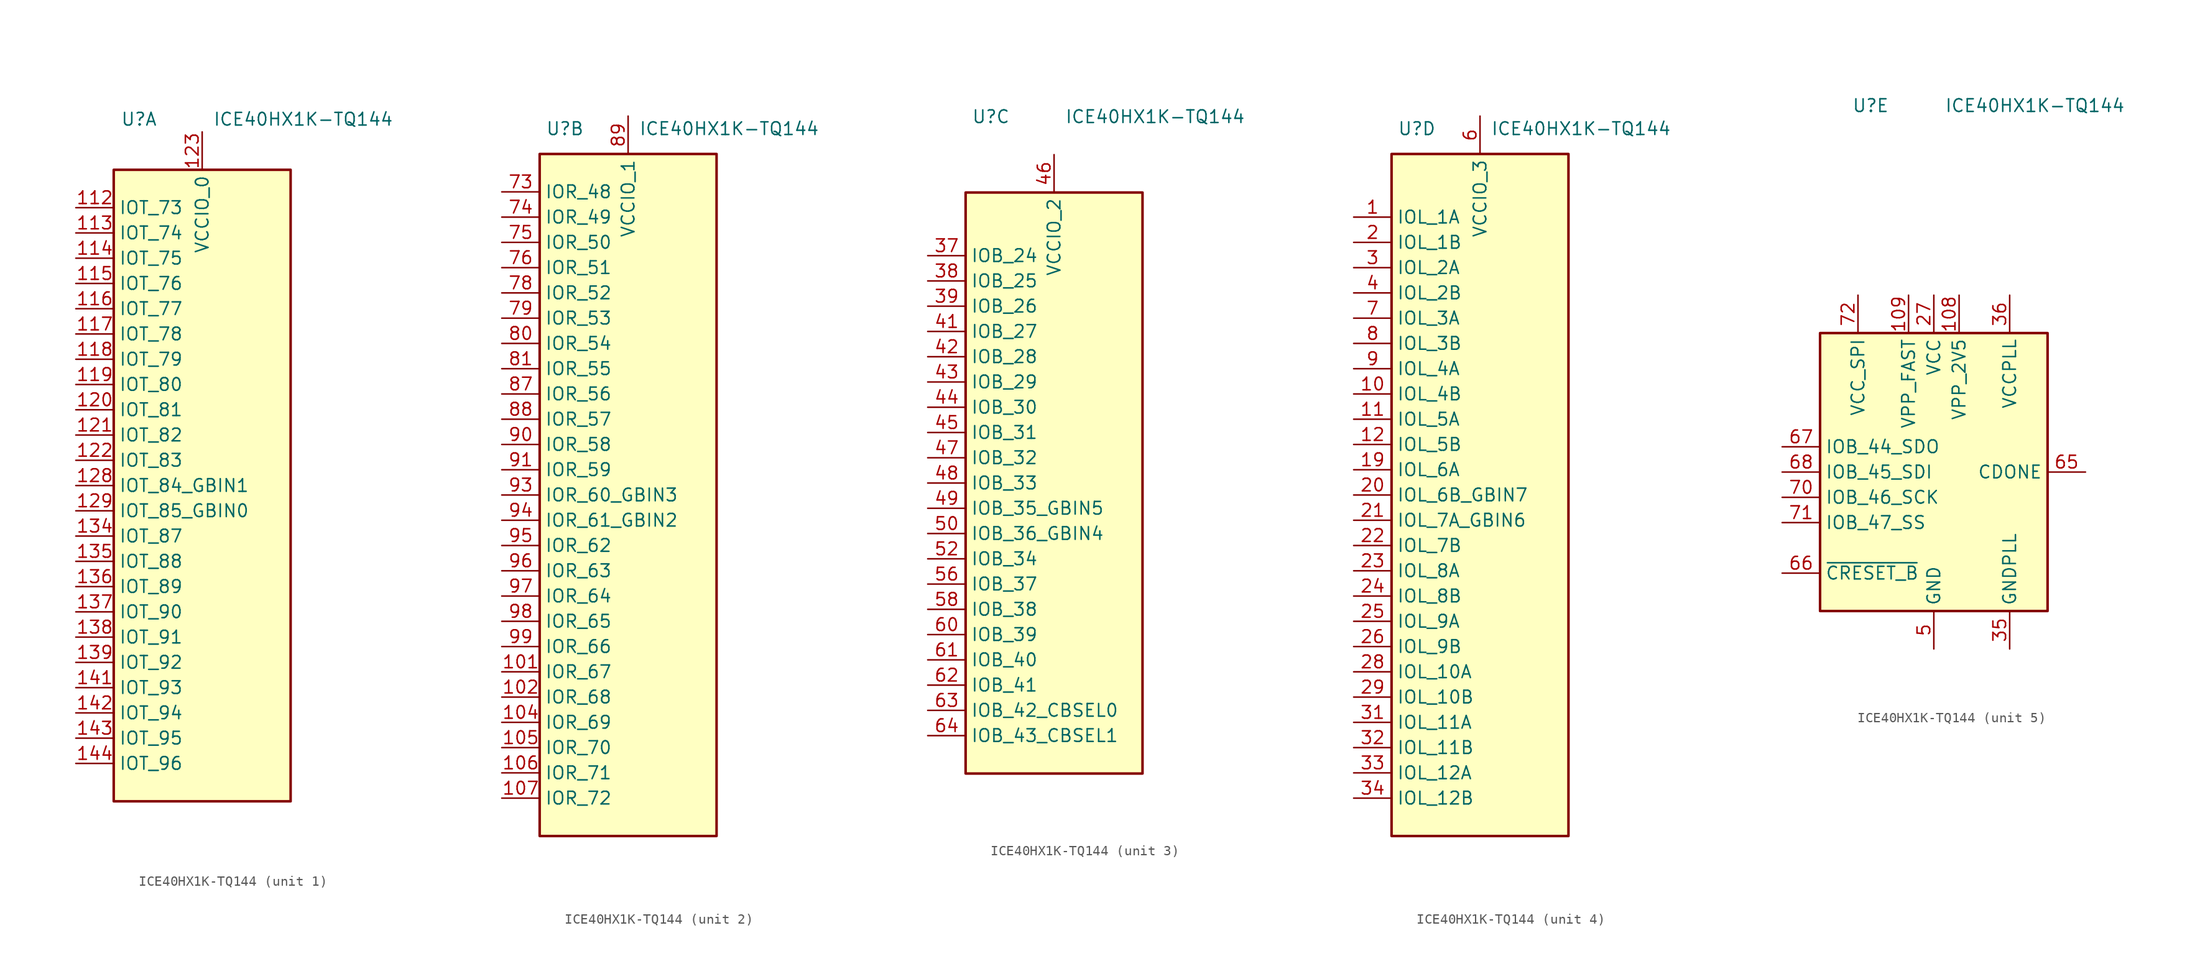
<source format=kicad_sym>
(kicad_symbol_lib
  (version 20200908)
  (generator kicad_symbol_editor)
  (symbol "FPGA_Lattice:ICE40HX1K-TQ144"
    (property "Reference" "U"
      (at -6.35 36.83 0)
      (effects (font (size 1.27 1.27))))
    (property "Value" "ICE40HX1K-TQ144"
      (at 10.16 36.83 0)
      (effects (font (size 1.27 1.27))))
    (property "ki_locked" ""
      (at 0 0 0)
      (effects (font (size 1.27 1.27))))
    (symbol "ICE40HX1K-TQ144_1_1"
      (rectangle (start -8.89 31.75) (end 8.89 -31.75) (stroke (width 0.254)) (fill (type background)))
      (pin bidirectional line (at -12.7 27.94 0) (length 3.81) (name "IOT_73" (effects (font (size 1.27 1.27)))) (number "112" (effects (font (size 1.27 1.27)))))
      (pin bidirectional line (at -12.7 25.4 0) (length 3.81) (name "IOT_74" (effects (font (size 1.27 1.27)))) (number "113" (effects (font (size 1.27 1.27)))))
      (pin bidirectional line (at -12.7 22.86 0) (length 3.81) (name "IOT_75" (effects (font (size 1.27 1.27)))) (number "114" (effects (font (size 1.27 1.27)))))
      (pin bidirectional line (at -12.7 20.32 0) (length 3.81) (name "IOT_76" (effects (font (size 1.27 1.27)))) (number "115" (effects (font (size 1.27 1.27)))))
      (pin bidirectional line (at -12.7 17.78 0) (length 3.81) (name "IOT_77" (effects (font (size 1.27 1.27)))) (number "116" (effects (font (size 1.27 1.27)))))
      (pin bidirectional line (at -12.7 15.24 0) (length 3.81) (name "IOT_78" (effects (font (size 1.27 1.27)))) (number "117" (effects (font (size 1.27 1.27)))))
      (pin bidirectional line (at -12.7 12.7 0) (length 3.81) (name "IOT_79" (effects (font (size 1.27 1.27)))) (number "118" (effects (font (size 1.27 1.27)))))
      (pin bidirectional line (at -12.7 10.16 0) (length 3.81) (name "IOT_80" (effects (font (size 1.27 1.27)))) (number "119" (effects (font (size 1.27 1.27)))))
      (pin bidirectional line (at -12.7 7.62 0) (length 3.81) (name "IOT_81" (effects (font (size 1.27 1.27)))) (number "120" (effects (font (size 1.27 1.27)))))
      (pin bidirectional line (at -12.7 5.08 0) (length 3.81) (name "IOT_82" (effects (font (size 1.27 1.27)))) (number "121" (effects (font (size 1.27 1.27)))))
      (pin bidirectional line (at -12.7 2.54 0) (length 3.81) (name "IOT_83" (effects (font (size 1.27 1.27)))) (number "122" (effects (font (size 1.27 1.27)))))
      (pin power_in line (at 0 35.56 270) (length 3.81) (name "VCCIO_0" (effects (font (size 1.27 1.27)))) (number "123" (effects (font (size 1.27 1.27)))))
      (pin bidirectional line (at -12.7 0 0) (length 3.81) (name "IOT_84_GBIN1" (effects (font (size 1.27 1.27)))) (number "128" (effects (font (size 1.27 1.27)))))
      (pin bidirectional line (at -12.7 -2.54 0) (length 3.81) (name "IOT_85_GBIN0" (effects (font (size 1.27 1.27)))) (number "129" (effects (font (size 1.27 1.27)))))
      (pin passive line (at 0 35.56 270) (length 3.81) hide (name "VCCIO_0" (effects (font (size 1.27 1.27)))) (number "133" (effects (font (size 1.27 1.27)))))
      (pin bidirectional line (at -12.7 -5.08 0) (length 3.81) (name "IOT_87" (effects (font (size 1.27 1.27)))) (number "134" (effects (font (size 1.27 1.27)))))
      (pin bidirectional line (at -12.7 -7.62 0) (length 3.81) (name "IOT_88" (effects (font (size 1.27 1.27)))) (number "135" (effects (font (size 1.27 1.27)))))
      (pin bidirectional line (at -12.7 -10.16 0) (length 3.81) (name "IOT_89" (effects (font (size 1.27 1.27)))) (number "136" (effects (font (size 1.27 1.27)))))
      (pin bidirectional line (at -12.7 -12.7 0) (length 3.81) (name "IOT_90" (effects (font (size 1.27 1.27)))) (number "137" (effects (font (size 1.27 1.27)))))
      (pin bidirectional line (at -12.7 -15.24 0) (length 3.81) (name "IOT_91" (effects (font (size 1.27 1.27)))) (number "138" (effects (font (size 1.27 1.27)))))
      (pin bidirectional line (at -12.7 -17.78 0) (length 3.81) (name "IOT_92" (effects (font (size 1.27 1.27)))) (number "139" (effects (font (size 1.27 1.27)))))
      (pin bidirectional line (at -12.7 -20.32 0) (length 3.81) (name "IOT_93" (effects (font (size 1.27 1.27)))) (number "141" (effects (font (size 1.27 1.27)))))
      (pin bidirectional line (at -12.7 -22.86 0) (length 3.81) (name "IOT_94" (effects (font (size 1.27 1.27)))) (number "142" (effects (font (size 1.27 1.27)))))
      (pin bidirectional line (at -12.7 -25.4 0) (length 3.81) (name "IOT_95" (effects (font (size 1.27 1.27)))) (number "143" (effects (font (size 1.27 1.27)))))
      (pin bidirectional line (at -12.7 -27.94 0) (length 3.81) (name "IOT_96" (effects (font (size 1.27 1.27)))) (number "144" (effects (font (size 1.27 1.27)))))
      (pin unconnected line (at 7.62 10.16 180) (length 3.81) hide (name "NC" (effects (font (size 1.27 1.27)))) (number "15" (effects (font (size 1.27 1.27)))))
      (pin unconnected line (at 7.62 7.62 180) (length 3.81) hide (name "NC" (effects (font (size 1.27 1.27)))) (number "16" (effects (font (size 1.27 1.27)))))
      (pin unconnected line (at 7.62 5.08 180) (length 3.81) hide (name "NC" (effects (font (size 1.27 1.27)))) (number "17" (effects (font (size 1.27 1.27)))))
      (pin unconnected line (at 7.62 -7.62 180) (length 3.81) hide (name "NC" (effects (font (size 1.27 1.27)))) (number "18" (effects (font (size 1.27 1.27)))))
      (pin unconnected line (at 7.62 -10.16 180) (length 3.81) hide (name "NC" (effects (font (size 1.27 1.27)))) (number "77" (effects (font (size 1.27 1.27))))))
    (symbol "ICE40HX1K-TQ144_2_1"
      (rectangle (start -8.89 34.29) (end 8.89 -34.29) (stroke (width 0.254)) (fill (type background)))
      (pin passive line (at 0 38.1 270) (length 3.81) hide (name "VCCIO_1" (effects (font (size 1.27 1.27)))) (number "100" (effects (font (size 1.27 1.27)))))
      (pin bidirectional line (at -12.7 -17.78 0) (length 3.81) (name "IOR_67" (effects (font (size 1.27 1.27)))) (number "101" (effects (font (size 1.27 1.27)))))
      (pin bidirectional line (at -12.7 -20.32 0) (length 3.81) (name "IOR_68" (effects (font (size 1.27 1.27)))) (number "102" (effects (font (size 1.27 1.27)))))
      (pin bidirectional line (at -12.7 -22.86 0) (length 3.81) (name "IOR_69" (effects (font (size 1.27 1.27)))) (number "104" (effects (font (size 1.27 1.27)))))
      (pin bidirectional line (at -12.7 -25.4 0) (length 3.81) (name "IOR_70" (effects (font (size 1.27 1.27)))) (number "105" (effects (font (size 1.27 1.27)))))
      (pin bidirectional line (at -12.7 -27.94 0) (length 3.81) (name "IOR_71" (effects (font (size 1.27 1.27)))) (number "106" (effects (font (size 1.27 1.27)))))
      (pin bidirectional line (at -12.7 -30.48 0) (length 3.81) (name "IOR_72" (effects (font (size 1.27 1.27)))) (number "107" (effects (font (size 1.27 1.27)))))
      (pin unconnected line (at 7.62 10.16 180) (length 3.81) hide (name "NC" (effects (font (size 1.27 1.27)))) (number "40" (effects (font (size 1.27 1.27)))))
      (pin unconnected line (at 7.62 7.62 180) (length 3.81) hide (name "NC" (effects (font (size 1.27 1.27)))) (number "53" (effects (font (size 1.27 1.27)))))
      (pin unconnected line (at 7.62 5.08 180) (length 3.81) hide (name "NC" (effects (font (size 1.27 1.27)))) (number "54" (effects (font (size 1.27 1.27)))))
      (pin unconnected line (at 7.62 -7.62 180) (length 3.81) hide (name "NC" (effects (font (size 1.27 1.27)))) (number "55" (effects (font (size 1.27 1.27)))))
      (pin bidirectional line (at -12.7 30.48 0) (length 3.81) (name "IOR_48" (effects (font (size 1.27 1.27)))) (number "73" (effects (font (size 1.27 1.27)))))
      (pin bidirectional line (at -12.7 27.94 0) (length 3.81) (name "IOR_49" (effects (font (size 1.27 1.27)))) (number "74" (effects (font (size 1.27 1.27)))))
      (pin bidirectional line (at -12.7 25.4 0) (length 3.81) (name "IOR_50" (effects (font (size 1.27 1.27)))) (number "75" (effects (font (size 1.27 1.27)))))
      (pin bidirectional line (at -12.7 22.86 0) (length 3.81) (name "IOR_51" (effects (font (size 1.27 1.27)))) (number "76" (effects (font (size 1.27 1.27)))))
      (pin bidirectional line (at -12.7 20.32 0) (length 3.81) (name "IOR_52" (effects (font (size 1.27 1.27)))) (number "78" (effects (font (size 1.27 1.27)))))
      (pin bidirectional line (at -12.7 17.78 0) (length 3.81) (name "IOR_53" (effects (font (size 1.27 1.27)))) (number "79" (effects (font (size 1.27 1.27)))))
      (pin bidirectional line (at -12.7 15.24 0) (length 3.81) (name "IOR_54" (effects (font (size 1.27 1.27)))) (number "80" (effects (font (size 1.27 1.27)))))
      (pin bidirectional line (at -12.7 12.7 0) (length 3.81) (name "IOR_55" (effects (font (size 1.27 1.27)))) (number "81" (effects (font (size 1.27 1.27)))))
      (pin unconnected line (at 7.62 -10.16 180) (length 3.81) hide (name "NC" (effects (font (size 1.27 1.27)))) (number "82" (effects (font (size 1.27 1.27)))))
      (pin bidirectional line (at -12.7 10.16 0) (length 3.81) (name "IOR_56" (effects (font (size 1.27 1.27)))) (number "87" (effects (font (size 1.27 1.27)))))
      (pin bidirectional line (at -12.7 7.62 0) (length 3.81) (name "IOR_57" (effects (font (size 1.27 1.27)))) (number "88" (effects (font (size 1.27 1.27)))))
      (pin power_in line (at 0 38.1 270) (length 3.81) (name "VCCIO_1" (effects (font (size 1.27 1.27)))) (number "89" (effects (font (size 1.27 1.27)))))
      (pin bidirectional line (at -12.7 5.08 0) (length 3.81) (name "IOR_58" (effects (font (size 1.27 1.27)))) (number "90" (effects (font (size 1.27 1.27)))))
      (pin bidirectional line (at -12.7 2.54 0) (length 3.81) (name "IOR_59" (effects (font (size 1.27 1.27)))) (number "91" (effects (font (size 1.27 1.27)))))
      (pin bidirectional line (at -12.7 0 0) (length 3.81) (name "IOR_60_GBIN3" (effects (font (size 1.27 1.27)))) (number "93" (effects (font (size 1.27 1.27)))))
      (pin bidirectional line (at -12.7 -2.54 0) (length 3.81) (name "IOR_61_GBIN2" (effects (font (size 1.27 1.27)))) (number "94" (effects (font (size 1.27 1.27)))))
      (pin bidirectional line (at -12.7 -5.08 0) (length 3.81) (name "IOR_62" (effects (font (size 1.27 1.27)))) (number "95" (effects (font (size 1.27 1.27)))))
      (pin bidirectional line (at -12.7 -7.62 0) (length 3.81) (name "IOR_63" (effects (font (size 1.27 1.27)))) (number "96" (effects (font (size 1.27 1.27)))))
      (pin bidirectional line (at -12.7 -10.16 0) (length 3.81) (name "IOR_64" (effects (font (size 1.27 1.27)))) (number "97" (effects (font (size 1.27 1.27)))))
      (pin bidirectional line (at -12.7 -12.7 0) (length 3.81) (name "IOR_65" (effects (font (size 1.27 1.27)))) (number "98" (effects (font (size 1.27 1.27)))))
      (pin bidirectional line (at -12.7 -15.24 0) (length 3.81) (name "IOR_66" (effects (font (size 1.27 1.27)))) (number "99" (effects (font (size 1.27 1.27))))))
    (symbol "ICE40HX1K-TQ144_3_1"
      (rectangle (start -8.89 29.21) (end 8.89 -29.21) (stroke (width 0.254)) (fill (type background)))
      (pin unconnected line (at 7.62 -10.16 180) (length 3.81) hide (name "NC" (effects (font (size 1.27 1.27)))) (number "110" (effects (font (size 1.27 1.27)))))
      (pin unconnected line (at 7.62 -17.78 180) (length 3.81) hide (name "NC" (effects (font (size 1.27 1.27)))) (number "124" (effects (font (size 1.27 1.27)))))
      (pin bidirectional line (at -12.7 22.86 0) (length 3.81) (name "IOB_24" (effects (font (size 1.27 1.27)))) (number "37" (effects (font (size 1.27 1.27)))))
      (pin bidirectional line (at -12.7 20.32 0) (length 3.81) (name "IOB_25" (effects (font (size 1.27 1.27)))) (number "38" (effects (font (size 1.27 1.27)))))
      (pin bidirectional line (at -12.7 17.78 0) (length 3.81) (name "IOB_26" (effects (font (size 1.27 1.27)))) (number "39" (effects (font (size 1.27 1.27)))))
      (pin bidirectional line (at -12.7 15.24 0) (length 3.81) (name "IOB_27" (effects (font (size 1.27 1.27)))) (number "41" (effects (font (size 1.27 1.27)))))
      (pin bidirectional line (at -12.7 12.7 0) (length 3.81) (name "IOB_28" (effects (font (size 1.27 1.27)))) (number "42" (effects (font (size 1.27 1.27)))))
      (pin bidirectional line (at -12.7 10.16 0) (length 3.81) (name "IOB_29" (effects (font (size 1.27 1.27)))) (number "43" (effects (font (size 1.27 1.27)))))
      (pin bidirectional line (at -12.7 7.62 0) (length 3.81) (name "IOB_30" (effects (font (size 1.27 1.27)))) (number "44" (effects (font (size 1.27 1.27)))))
      (pin bidirectional line (at -12.7 5.08 0) (length 3.81) (name "IOB_31" (effects (font (size 1.27 1.27)))) (number "45" (effects (font (size 1.27 1.27)))))
      (pin power_in line (at 0 33.02 270) (length 3.81) (name "VCCIO_2" (effects (font (size 1.27 1.27)))) (number "46" (effects (font (size 1.27 1.27)))))
      (pin bidirectional line (at -12.7 2.54 0) (length 3.81) (name "IOB_32" (effects (font (size 1.27 1.27)))) (number "47" (effects (font (size 1.27 1.27)))))
      (pin bidirectional line (at -12.7 0 0) (length 3.81) (name "IOB_33" (effects (font (size 1.27 1.27)))) (number "48" (effects (font (size 1.27 1.27)))))
      (pin bidirectional line (at -12.7 -2.54 0) (length 3.81) (name "IOB_35_GBIN5" (effects (font (size 1.27 1.27)))) (number "49" (effects (font (size 1.27 1.27)))))
      (pin bidirectional line (at -12.7 -5.08 0) (length 3.81) (name "IOB_36_GBIN4" (effects (font (size 1.27 1.27)))) (number "50" (effects (font (size 1.27 1.27)))))
      (pin bidirectional line (at -12.7 -7.62 0) (length 3.81) (name "IOB_34" (effects (font (size 1.27 1.27)))) (number "52" (effects (font (size 1.27 1.27)))))
      (pin bidirectional line (at -12.7 -10.16 0) (length 3.81) (name "IOB_37" (effects (font (size 1.27 1.27)))) (number "56" (effects (font (size 1.27 1.27)))))
      (pin passive line (at 0 33.02 270) (length 3.81) hide (name "VCCIO_2" (effects (font (size 1.27 1.27)))) (number "57" (effects (font (size 1.27 1.27)))))
      (pin bidirectional line (at -12.7 -12.7 0) (length 3.81) (name "IOB_38" (effects (font (size 1.27 1.27)))) (number "58" (effects (font (size 1.27 1.27)))))
      (pin bidirectional line (at -12.7 -15.24 0) (length 3.81) (name "IOB_39" (effects (font (size 1.27 1.27)))) (number "60" (effects (font (size 1.27 1.27)))))
      (pin bidirectional line (at -12.7 -17.78 0) (length 3.81) (name "IOB_40" (effects (font (size 1.27 1.27)))) (number "61" (effects (font (size 1.27 1.27)))))
      (pin bidirectional line (at -12.7 -20.32 0) (length 3.81) (name "IOB_41" (effects (font (size 1.27 1.27)))) (number "62" (effects (font (size 1.27 1.27)))))
      (pin bidirectional line (at -12.7 -22.86 0) (length 3.81) (name "IOB_42_CBSEL0" (effects (font (size 1.27 1.27)))) (number "63" (effects (font (size 1.27 1.27)))))
      (pin bidirectional line (at -12.7 -25.4 0) (length 3.81) (name "IOB_43_CBSEL1" (effects (font (size 1.27 1.27)))) (number "64" (effects (font (size 1.27 1.27)))))
      (pin unconnected line (at 7.62 10.16 180) (length 3.81) hide (name "NC" (effects (font (size 1.27 1.27)))) (number "83" (effects (font (size 1.27 1.27)))))
      (pin unconnected line (at 7.62 7.62 180) (length 3.81) hide (name "NC" (effects (font (size 1.27 1.27)))) (number "84" (effects (font (size 1.27 1.27)))))
      (pin unconnected line (at 7.62 -12.7 180) (length 3.81) hide (name "NC" (effects (font (size 1.27 1.27)))) (number "85" (effects (font (size 1.27 1.27))))))
    (symbol "ICE40HX1K-TQ144_4_1"
      (rectangle (start -8.89 34.29) (end 8.89 -34.29) (stroke (width 0.254)) (fill (type background)))
      (pin bidirectional line (at -12.7 27.94 0) (length 3.81) (name "IOL_1A" (effects (font (size 1.27 1.27)))) (number "1" (effects (font (size 1.27 1.27)))))
      (pin bidirectional line (at -12.7 10.16 0) (length 3.81) (name "IOL_4B" (effects (font (size 1.27 1.27)))) (number "10" (effects (font (size 1.27 1.27)))))
      (pin bidirectional line (at -12.7 7.62 0) (length 3.81) (name "IOL_5A" (effects (font (size 1.27 1.27)))) (number "11" (effects (font (size 1.27 1.27)))))
      (pin bidirectional line (at -12.7 5.08 0) (length 3.81) (name "IOL_5B" (effects (font (size 1.27 1.27)))) (number "12" (effects (font (size 1.27 1.27)))))
      (pin unconnected line (at 7.62 10.16 180) (length 3.81) hide (name "NC" (effects (font (size 1.27 1.27)))) (number "125" (effects (font (size 1.27 1.27)))))
      (pin unconnected line (at 7.62 7.62 180) (length 3.81) hide (name "NC" (effects (font (size 1.27 1.27)))) (number "126" (effects (font (size 1.27 1.27)))))
      (pin unconnected line (at 7.62 5.08 180) (length 3.81) hide (name "NC" (effects (font (size 1.27 1.27)))) (number "127" (effects (font (size 1.27 1.27)))))
      (pin unconnected line (at 7.62 -7.62 180) (length 3.81) hide (name "NC" (effects (font (size 1.27 1.27)))) (number "130" (effects (font (size 1.27 1.27)))))
      (pin unconnected line (at 7.62 -10.16 180) (length 3.81) hide (name "NC" (effects (font (size 1.27 1.27)))) (number "131" (effects (font (size 1.27 1.27)))))
      (pin bidirectional line (at -12.7 2.54 0) (length 3.81) (name "IOL_6A" (effects (font (size 1.27 1.27)))) (number "19" (effects (font (size 1.27 1.27)))))
      (pin bidirectional line (at -12.7 25.4 0) (length 3.81) (name "IOL_1B" (effects (font (size 1.27 1.27)))) (number "2" (effects (font (size 1.27 1.27)))))
      (pin bidirectional line (at -12.7 0 0) (length 3.81) (name "IOL_6B_GBIN7" (effects (font (size 1.27 1.27)))) (number "20" (effects (font (size 1.27 1.27)))))
      (pin bidirectional line (at -12.7 -2.54 0) (length 3.81) (name "IOL_7A_GBIN6" (effects (font (size 1.27 1.27)))) (number "21" (effects (font (size 1.27 1.27)))))
      (pin bidirectional line (at -12.7 -5.08 0) (length 3.81) (name "IOL_7B" (effects (font (size 1.27 1.27)))) (number "22" (effects (font (size 1.27 1.27)))))
      (pin bidirectional line (at -12.7 -7.62 0) (length 3.81) (name "IOL_8A" (effects (font (size 1.27 1.27)))) (number "23" (effects (font (size 1.27 1.27)))))
      (pin bidirectional line (at -12.7 -10.16 0) (length 3.81) (name "IOL_8B" (effects (font (size 1.27 1.27)))) (number "24" (effects (font (size 1.27 1.27)))))
      (pin bidirectional line (at -12.7 -12.7 0) (length 3.81) (name "IOL_9A" (effects (font (size 1.27 1.27)))) (number "25" (effects (font (size 1.27 1.27)))))
      (pin bidirectional line (at -12.7 -15.24 0) (length 3.81) (name "IOL_9B" (effects (font (size 1.27 1.27)))) (number "26" (effects (font (size 1.27 1.27)))))
      (pin bidirectional line (at -12.7 -17.78 0) (length 3.81) (name "IOL_10A" (effects (font (size 1.27 1.27)))) (number "28" (effects (font (size 1.27 1.27)))))
      (pin bidirectional line (at -12.7 -20.32 0) (length 3.81) (name "IOL_10B" (effects (font (size 1.27 1.27)))) (number "29" (effects (font (size 1.27 1.27)))))
      (pin bidirectional line (at -12.7 22.86 0) (length 3.81) (name "IOL_2A" (effects (font (size 1.27 1.27)))) (number "3" (effects (font (size 1.27 1.27)))))
      (pin passive line (at 0 38.1 270) (length 3.81) hide (name "VCCIO_3" (effects (font (size 1.27 1.27)))) (number "30" (effects (font (size 1.27 1.27)))))
      (pin bidirectional line (at -12.7 -22.86 0) (length 3.81) (name "IOL_11A" (effects (font (size 1.27 1.27)))) (number "31" (effects (font (size 1.27 1.27)))))
      (pin bidirectional line (at -12.7 -25.4 0) (length 3.81) (name "IOL_11B" (effects (font (size 1.27 1.27)))) (number "32" (effects (font (size 1.27 1.27)))))
      (pin bidirectional line (at -12.7 -27.94 0) (length 3.81) (name "IOL_12A" (effects (font (size 1.27 1.27)))) (number "33" (effects (font (size 1.27 1.27)))))
      (pin bidirectional line (at -12.7 -30.48 0) (length 3.81) (name "IOL_12B" (effects (font (size 1.27 1.27)))) (number "34" (effects (font (size 1.27 1.27)))))
      (pin bidirectional line (at -12.7 20.32 0) (length 3.81) (name "IOL_2B" (effects (font (size 1.27 1.27)))) (number "4" (effects (font (size 1.27 1.27)))))
      (pin power_in line (at 0 38.1 270) (length 3.81) (name "VCCIO_3" (effects (font (size 1.27 1.27)))) (number "6" (effects (font (size 1.27 1.27)))))
      (pin bidirectional line (at -12.7 17.78 0) (length 3.81) (name "IOL_3A" (effects (font (size 1.27 1.27)))) (number "7" (effects (font (size 1.27 1.27)))))
      (pin bidirectional line (at -12.7 15.24 0) (length 3.81) (name "IOL_3B" (effects (font (size 1.27 1.27)))) (number "8" (effects (font (size 1.27 1.27)))))
      (pin bidirectional line (at -12.7 12.7 0) (length 3.81) (name "IOL_4A" (effects (font (size 1.27 1.27)))) (number "9" (effects (font (size 1.27 1.27))))))
    (symbol "ICE40HX1K-TQ144_5_1"
      (rectangle (start -11.43 13.97) (end 11.43 -13.97) (stroke (width 0.254)) (fill (type background)))
      (pin passive line (at 0 -17.78 90) (length 3.81) hide (name "GND" (effects (font (size 1.27 1.27)))) (number "103" (effects (font (size 1.27 1.27)))))
      (pin power_in line (at 2.54 17.78 270) (length 3.81) (name "VPP_2V5" (effects (font (size 1.27 1.27)))) (number "108" (effects (font (size 1.27 1.27)))))
      (pin power_in line (at -2.54 17.78 270) (length 3.81) (name "VPP_FAST" (effects (font (size 1.27 1.27)))) (number "109" (effects (font (size 1.27 1.27)))))
      (pin passive line (at 0 17.78 270) (length 3.81) hide (name "VCC" (effects (font (size 1.27 1.27)))) (number "111" (effects (font (size 1.27 1.27)))))
      (pin passive line (at 0 -17.78 90) (length 3.81) hide (name "GND" (effects (font (size 1.27 1.27)))) (number "13" (effects (font (size 1.27 1.27)))))
      (pin passive line (at 0 -17.78 90) (length 3.81) hide (name "GND" (effects (font (size 1.27 1.27)))) (number "132" (effects (font (size 1.27 1.27)))))
      (pin passive line (at 0 -17.78 90) (length 3.81) hide (name "GND" (effects (font (size 1.27 1.27)))) (number "14" (effects (font (size 1.27 1.27)))))
      (pin passive line (at 0 -17.78 90) (length 3.81) hide (name "GND" (effects (font (size 1.27 1.27)))) (number "140" (effects (font (size 1.27 1.27)))))
      (pin power_in line (at 0 17.78 270) (length 3.81) (name "VCC" (effects (font (size 1.27 1.27)))) (number "27" (effects (font (size 1.27 1.27)))))
      (pin power_in line (at 7.62 -17.78 90) (length 3.81) (name "GNDPLL" (effects (font (size 1.27 1.27)))) (number "35" (effects (font (size 1.27 1.27)))))
      (pin power_in line (at 7.62 17.78 270) (length 3.81) (name "VCCPLL" (effects (font (size 1.27 1.27)))) (number "36" (effects (font (size 1.27 1.27)))))
      (pin power_in line (at 0 -17.78 90) (length 3.81) (name "GND" (effects (font (size 1.27 1.27)))) (number "5" (effects (font (size 1.27 1.27)))))
      (pin passive line (at 0 17.78 270) (length 3.81) hide (name "VCC" (effects (font (size 1.27 1.27)))) (number "51" (effects (font (size 1.27 1.27)))))
      (pin passive line (at 0 -17.78 90) (length 3.81) hide (name "GND" (effects (font (size 1.27 1.27)))) (number "59" (effects (font (size 1.27 1.27)))))
      (pin open_collector line (at 15.24 0 180) (length 3.81) (name "CDONE" (effects (font (size 1.27 1.27)))) (number "65" (effects (font (size 1.27 1.27)))))
      (pin input line (at -15.24 -10.16 0) (length 3.81) (name "~CRESET_B" (effects (font (size 1.27 1.27)))) (number "66" (effects (font (size 1.27 1.27)))))
      (pin bidirectional line (at -15.24 2.54 0) (length 3.81) (name "IOB_44_SDO" (effects (font (size 1.27 1.27)))) (number "67" (effects (font (size 1.27 1.27)))))
      (pin bidirectional line (at -15.24 0 0) (length 3.81) (name "IOB_45_SDI" (effects (font (size 1.27 1.27)))) (number "68" (effects (font (size 1.27 1.27)))))
      (pin passive line (at 0 -17.78 90) (length 3.81) hide (name "GND" (effects (font (size 1.27 1.27)))) (number "69" (effects (font (size 1.27 1.27)))))
      (pin bidirectional line (at -15.24 -2.54 0) (length 3.81) (name "IOB_46_SCK" (effects (font (size 1.27 1.27)))) (number "70" (effects (font (size 1.27 1.27)))))
      (pin bidirectional line (at -15.24 -5.08 0) (length 3.81) (name "IOB_47_SS" (effects (font (size 1.27 1.27)))) (number "71" (effects (font (size 1.27 1.27)))))
      (pin power_in line (at -7.62 17.78 270) (length 3.81) (name "VCC_SPI" (effects (font (size 1.27 1.27)))) (number "72" (effects (font (size 1.27 1.27)))))
      (pin passive line (at 0 -17.78 90) (length 3.81) hide (name "GND" (effects (font (size 1.27 1.27)))) (number "86" (effects (font (size 1.27 1.27)))))
      (pin passive line (at 0 17.78 270) (length 3.81) hide (name "VCC" (effects (font (size 1.27 1.27)))) (number "92" (effects (font (size 1.27 1.27))))))))
</source>
